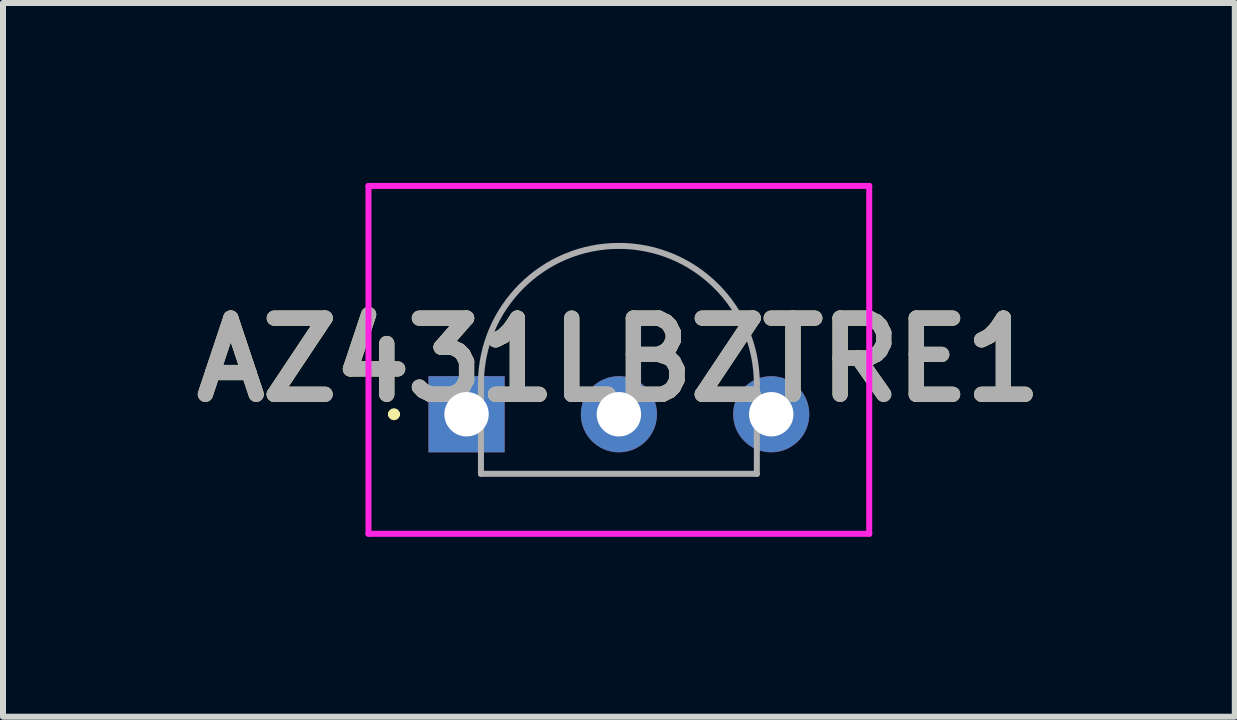
<source format=kicad_pcb>
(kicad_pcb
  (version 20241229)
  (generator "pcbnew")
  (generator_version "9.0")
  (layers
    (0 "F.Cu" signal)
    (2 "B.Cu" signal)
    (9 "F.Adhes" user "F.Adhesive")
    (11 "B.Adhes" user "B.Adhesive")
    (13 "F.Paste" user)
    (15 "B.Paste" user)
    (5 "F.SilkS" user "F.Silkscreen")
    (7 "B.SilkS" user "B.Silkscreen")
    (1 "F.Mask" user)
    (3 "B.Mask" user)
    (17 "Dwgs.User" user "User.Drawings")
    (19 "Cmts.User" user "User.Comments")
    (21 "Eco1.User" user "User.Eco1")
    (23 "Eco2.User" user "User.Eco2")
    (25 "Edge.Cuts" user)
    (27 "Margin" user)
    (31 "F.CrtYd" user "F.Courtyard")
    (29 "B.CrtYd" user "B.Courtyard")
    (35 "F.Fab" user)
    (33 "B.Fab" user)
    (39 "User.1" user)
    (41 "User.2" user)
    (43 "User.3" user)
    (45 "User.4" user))
  (footprint "AZ431LBZTRE1"
    (layer "F.Cu")
    (at 4.729 3.857)
    (property "Reference" "AZ431LBZTRE1" (at 2.54 -0.907 0) (layer "F.SilkS") (effects (font (size 1.27 1.27) (thickness 0.254))))
    (attr through_hole)
    (fp_line (start -1.26 0) (end -1.26 0) (stroke (width 0.1) (type solid)) (layer "F.SilkS"))
    (fp_line (start -1.16 0) (end -1.16 0) (stroke (width 0.1) (type solid)) (layer "F.SilkS"))
    (fp_arc (start -1.26 0) (mid -1.21 -0.05) (end -1.16 0) (stroke (width 0.1) (type solid)) (layer "F.SilkS"))
    (fp_arc (start -1.16 0) (mid -1.21 0.05) (end -1.26 0) (stroke (width 0.1) (type solid)) (layer "F.SilkS"))
    (fp_line (start -1.635 -3.807) (end 6.714 -3.807) (stroke (width 0.1) (type solid)) (layer "F.CrtYd"))
    (fp_line (start -1.635 1.993) (end -1.635 -3.807) (stroke (width 0.1) (type solid)) (layer "F.CrtYd"))
    (fp_line (start 6.714 -3.807) (end 6.714 1.993) (stroke (width 0.1) (type solid)) (layer "F.CrtYd"))
    (fp_line (start 6.714 1.993) (end -1.635 1.993) (stroke (width 0.1) (type solid)) (layer "F.CrtYd"))
    (fp_line (start 0.24 -0.507) (end 0.24 0.993) (stroke (width 0.1) (type solid)) (layer "F.Fab"))
    (fp_line (start 0.24 0.993) (end 4.84 0.993) (stroke (width 0.1) (type solid)) (layer "F.Fab"))
    (fp_line (start 4.84 -0.507) (end 4.84 -0.507) (stroke (width 0.1) (type solid)) (layer "F.Fab"))
    (fp_line (start 4.84 0.993) (end 4.84 -0.507) (stroke (width 0.1) (type solid)) (layer "F.Fab"))
    (fp_arc (start 0.24 -0.507) (mid 2.54 -2.807) (end 4.84 -0.507) (stroke (width 0.1) (type solid)) (layer "F.Fab"))
    (fp_text user "${REFERENCE}" (at 2.54 -0.907 0) (layer "F.Fab") (effects (font (size 1.27 1.27) (thickness 0.254))))
    (pad "1" thru_hole rect (at 0 0) (size 1.269 1.269) (drill 0.74) (layers "*.Cu" "*.Mask"))
    (pad "2" thru_hole circle (at 2.54 0) (size 1.269 1.269) (drill 0.74) (layers "*.Cu" "*.Mask"))
    (pad "3" thru_hole circle (at 5.08 0) (size 1.269 1.269) (drill 0.74) (layers "*.Cu" "*.Mask")))
  (gr_rect
    (start -3 -3)
    (end 17.538 8.9)
    (stroke (width 0.1) (type default))
    (fill no)
    (layer "Edge.Cuts")))
</source>
